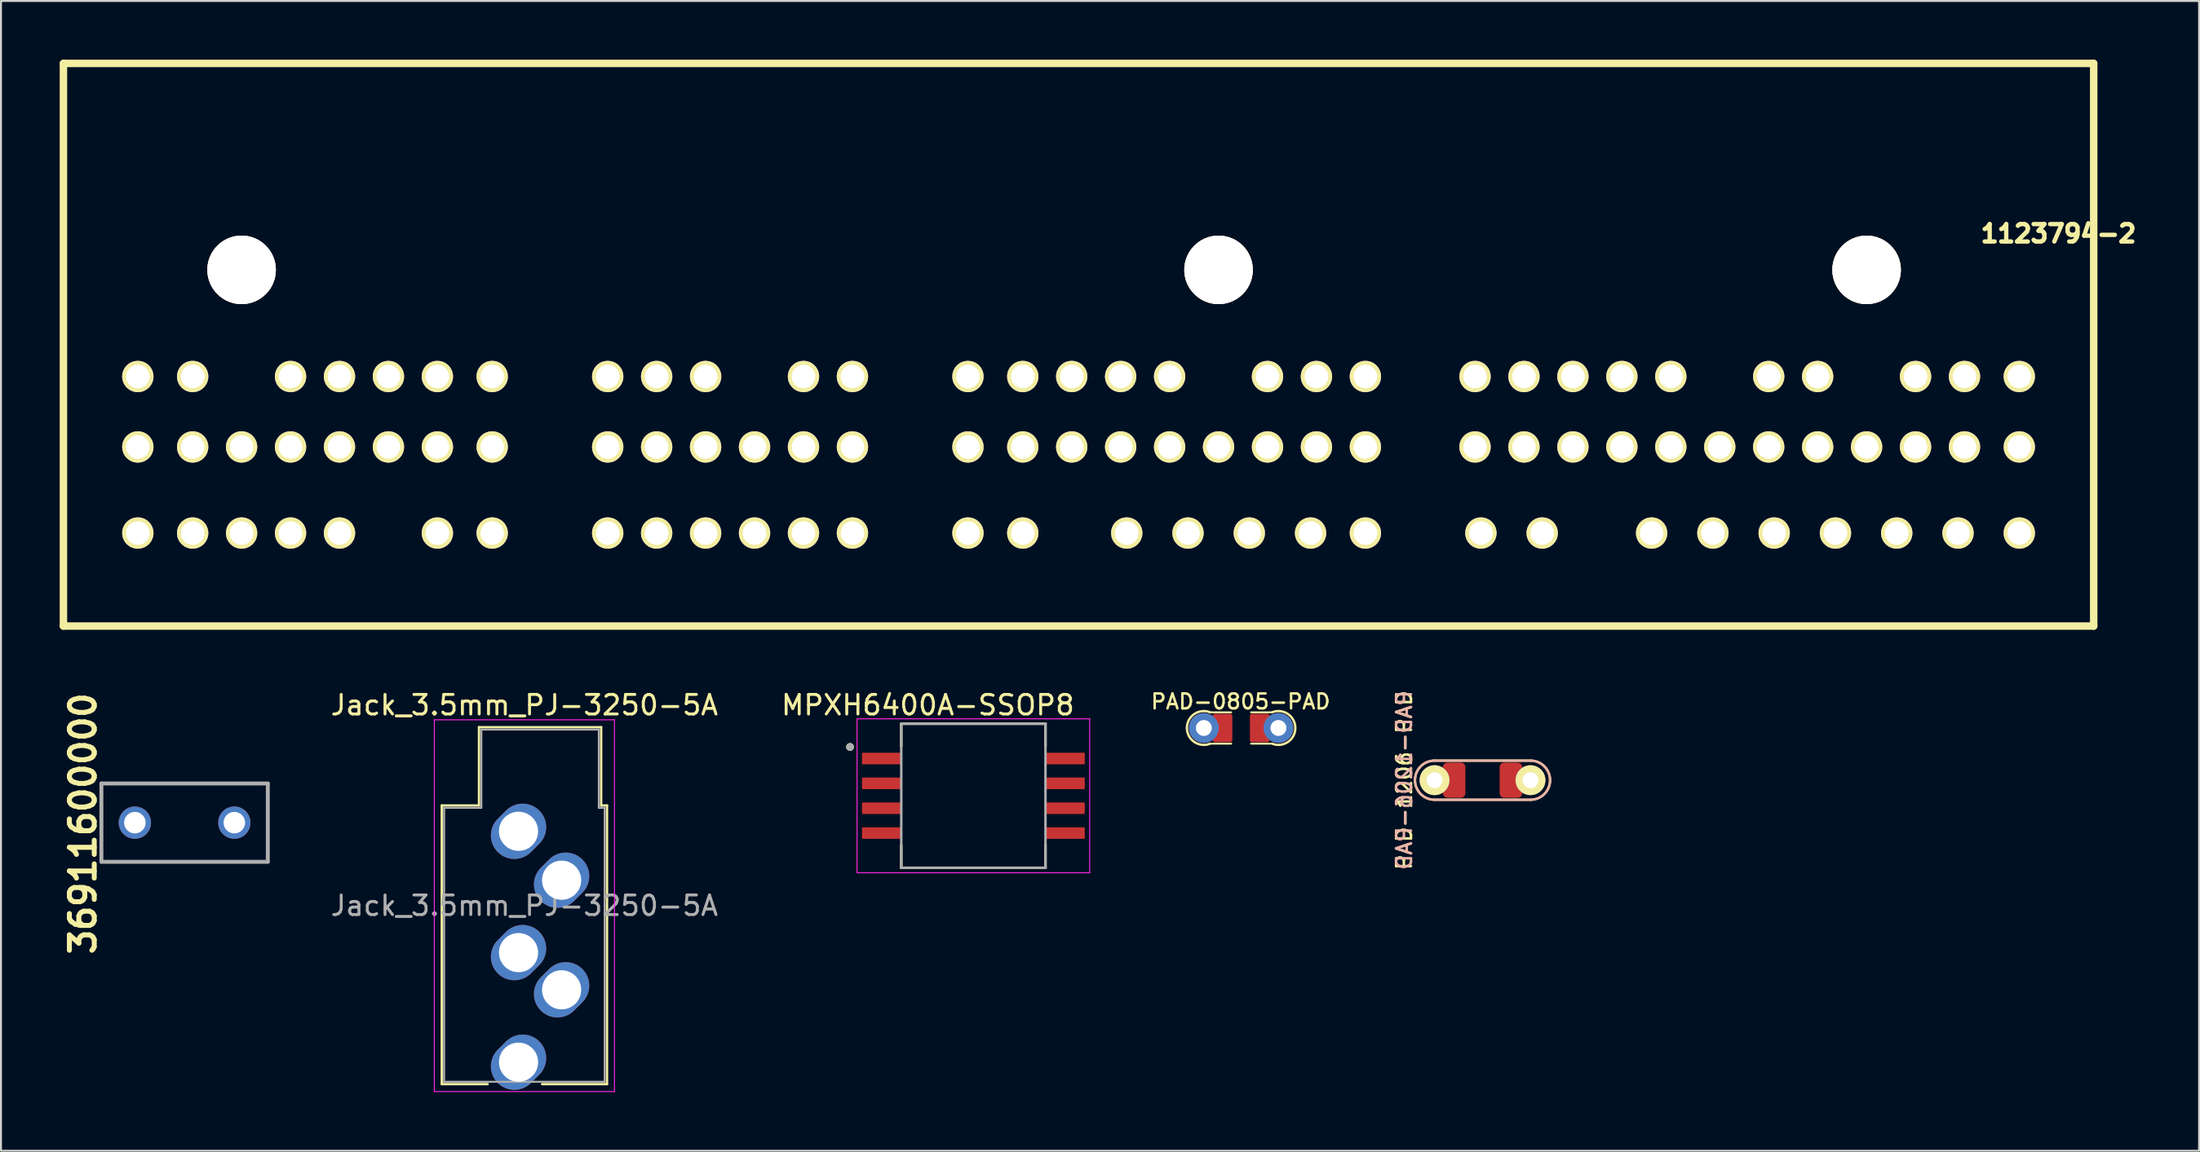
<source format=kicad_pcb>
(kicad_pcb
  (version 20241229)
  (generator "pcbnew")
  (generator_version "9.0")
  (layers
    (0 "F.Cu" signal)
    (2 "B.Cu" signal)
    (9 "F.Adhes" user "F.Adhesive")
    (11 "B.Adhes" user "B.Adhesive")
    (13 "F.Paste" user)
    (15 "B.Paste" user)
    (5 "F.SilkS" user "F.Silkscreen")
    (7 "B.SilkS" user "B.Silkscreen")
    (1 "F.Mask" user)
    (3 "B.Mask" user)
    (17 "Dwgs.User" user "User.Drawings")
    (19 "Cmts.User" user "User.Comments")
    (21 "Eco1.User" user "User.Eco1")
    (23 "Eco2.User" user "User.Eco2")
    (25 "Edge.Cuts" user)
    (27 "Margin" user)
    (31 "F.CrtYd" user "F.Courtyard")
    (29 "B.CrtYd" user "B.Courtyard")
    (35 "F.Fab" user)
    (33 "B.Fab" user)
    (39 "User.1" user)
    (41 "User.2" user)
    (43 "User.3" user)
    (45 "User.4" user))
  (footprint "MPXH6400A-SSOP8"
    (layer "F.Cu")
    (at 46.667 37.618)
    (property "Reference" "MPXH6400A-SSOP8" (at -2.325 -4.635 0) (layer "F.SilkS") (effects (font (size 1 1) (thickness 0.15))))
    (attr through_hole)
    (fp_line (start -3.683 -3.683) (end -3.683 -2.52) (stroke (width 0.127) (type solid)) (layer "F.SilkS"))
    (fp_line (start -3.683 -3.683) (end 3.683 -3.683) (stroke (width 0.127) (type solid)) (layer "F.SilkS"))
    (fp_line (start -3.683 3.683) (end -3.683 2.52) (stroke (width 0.127) (type solid)) (layer "F.SilkS"))
    (fp_line (start -3.683 3.683) (end 3.683 3.683) (stroke (width 0.127) (type solid)) (layer "F.SilkS"))
    (fp_line (start 3.683 -3.683) (end 3.683 -2.52) (stroke (width 0.127) (type solid)) (layer "F.SilkS"))
    (fp_line (start 3.683 3.683) (end 3.683 2.52) (stroke (width 0.127) (type solid)) (layer "F.SilkS"))
    (fp_circle (center -6.3 -2.495) (end -6.2 -2.495) (stroke (width 0.2) (type solid)) (fill no) (layer "F.SilkS"))
    (fp_line (start -5.94 -3.933) (end -5.94 3.933) (stroke (width 0.05) (type solid)) (layer "F.CrtYd"))
    (fp_line (start -5.94 -3.933) (end 5.94 -3.933) (stroke (width 0.05) (type solid)) (layer "F.CrtYd"))
    (fp_line (start -5.94 3.933) (end 5.94 3.933) (stroke (width 0.05) (type solid)) (layer "F.CrtYd"))
    (fp_line (start 5.94 -3.933) (end 5.94 3.933) (stroke (width 0.05) (type solid)) (layer "F.CrtYd"))
    (fp_line (start -3.683 -3.683) (end -3.683 3.683) (stroke (width 0.127) (type solid)) (layer "F.Fab"))
    (fp_line (start -3.683 -3.683) (end 3.683 -3.683) (stroke (width 0.127) (type solid)) (layer "F.Fab"))
    (fp_line (start -3.683 3.683) (end 3.683 3.683) (stroke (width 0.127) (type solid)) (layer "F.Fab"))
    (fp_line (start 3.683 -3.683) (end 3.683 3.683) (stroke (width 0.127) (type solid)) (layer "F.Fab"))
    (fp_circle (center -6.3 -2.495) (end -6.2 -2.495) (stroke (width 0.2) (type solid)) (fill no) (layer "F.Fab"))
    (pad "1" smd roundrect (at -4.68 -1.905) (size 2.02 0.59) (layers "F.Cu" "F.Mask" "F.Paste") (roundrect_rratio 0.07))
    (pad "2" smd roundrect (at -4.68 -0.635) (size 2.02 0.59) (layers "F.Cu" "F.Mask" "F.Paste") (roundrect_rratio 0.07))
    (pad "3" smd roundrect (at -4.68 0.635) (size 2.02 0.59) (layers "F.Cu" "F.Mask" "F.Paste") (roundrect_rratio 0.07))
    (pad "4" smd roundrect (at -4.68 1.905) (size 2.02 0.59) (layers "F.Cu" "F.Mask" "F.Paste") (roundrect_rratio 0.07))
    (pad "5" smd roundrect (at 4.68 1.905) (size 2.02 0.59) (layers "F.Cu" "F.Mask" "F.Paste") (roundrect_rratio 0.07))
    (pad "6" smd roundrect (at 4.68 0.635) (size 2.02 0.59) (layers "F.Cu" "F.Mask" "F.Paste") (roundrect_rratio 0.07))
    (pad "7" smd roundrect (at 4.68 -0.635) (size 2.02 0.59) (layers "F.Cu" "F.Mask" "F.Paste") (roundrect_rratio 0.07))
    (pad "8" smd roundrect (at 4.68 -1.905) (size 2.02 0.59) (layers "F.Cu" "F.Mask" "F.Paste") (roundrect_rratio 0.07)))
  (footprint "Jack_3.5mm_PJ-3250-5A"
    (layer "F.Cu")
    (at 23.735 43.233)
    (property "Reference" "Jack_3.5mm_PJ-3250-5A" (at 0 -10.25 0) (layer "F.SilkS") (effects (font (size 1 1) (thickness 0.15))))
    (attr through_hole)
    (fp_line (start -4.22 -5.12) (end -2.32 -5.12) (stroke (width 0.12) (type solid)) (layer "F.SilkS"))
    (fp_line (start -4.22 9.12) (end -4.22 -5.12) (stroke (width 0.12) (type solid)) (layer "F.SilkS"))
    (fp_line (start -2.32 -9.12) (end 3.92 -9.12) (stroke (width 0.12) (type solid)) (layer "F.SilkS"))
    (fp_line (start -2.32 -5.12) (end -2.32 -9.12) (stroke (width 0.12) (type solid)) (layer "F.SilkS"))
    (fp_line (start -1.878 9.12) (end -4.22 9.12) (stroke (width 0.12) (type solid)) (layer "F.SilkS"))
    (fp_line (start 3.92 -9.12) (end 3.92 -5.12) (stroke (width 0.12) (type solid)) (layer "F.SilkS"))
    (fp_line (start 3.92 -5.12) (end 4.22 -5.12) (stroke (width 0.12) (type solid)) (layer "F.SilkS"))
    (fp_line (start 4.22 -5.12) (end 4.22 9.12) (stroke (width 0.12) (type solid)) (layer "F.SilkS"))
    (fp_line (start 4.22 9.12) (end 0.9 9.12) (stroke (width 0.12) (type solid)) (layer "F.SilkS"))
    (fp_line (start -4.6 -9.5) (end -4.6 9.5) (stroke (width 0.05) (type solid)) (layer "F.CrtYd"))
    (fp_line (start -4.6 9.5) (end 4.6 9.5) (stroke (width 0.05) (type solid)) (layer "F.CrtYd"))
    (fp_line (start 4.6 -9.5) (end -4.6 -9.5) (stroke (width 0.05) (type solid)) (layer "F.CrtYd"))
    (fp_line (start 4.6 9.5) (end 4.6 -9.5) (stroke (width 0.05) (type solid)) (layer "F.CrtYd"))
    (fp_line (start -4.1 -5) (end -2.2 -5) (stroke (width 0.1) (type solid)) (layer "F.Fab"))
    (fp_line (start -4.1 9) (end -4.1 -5) (stroke (width 0.1) (type solid)) (layer "F.Fab"))
    (fp_line (start -2.2 -9) (end 3.8 -9) (stroke (width 0.1) (type solid)) (layer "F.Fab"))
    (fp_line (start -2.2 -5) (end -2.2 -9) (stroke (width 0.1) (type solid)) (layer "F.Fab"))
    (fp_line (start 3.8 -9) (end 3.8 -5) (stroke (width 0.1) (type solid)) (layer "F.Fab"))
    (fp_line (start 3.8 -5) (end 4.1 -5) (stroke (width 0.1) (type solid)) (layer "F.Fab"))
    (fp_line (start 4.1 -5) (end 4.1 9) (stroke (width 0.1) (type solid)) (layer "F.Fab"))
    (fp_line (start 4.1 9) (end -4.1 9) (stroke (width 0.1) (type solid)) (layer "F.Fab"))
    (fp_text user "${REFERENCE}" (at 0 0 0) (layer "F.Fab") (effects (font (size 1 1) (thickness 0.15))))
    (pad "R" thru_hole oval (at 1.9 4.3 45) (size 3 2.4) (drill 2) (layers "*.Cu" "*.Mask"))
    (pad "RN" thru_hole oval (at -0.3 2.4 45) (size 3 2.4) (drill 2) (layers "*.Cu" "*.Mask"))
    (pad "S" thru_hole oval (at -0.3 -3.8 45) (size 3 2.4) (drill 2) (layers "*.Cu" "*.Mask"))
    (pad "T" thru_hole oval (at 1.9 -1.3 45) (size 3 2.4) (drill 2) (layers "*.Cu" "*.Mask"))
    (pad "TN" thru_hole oval (at -0.3 8 45) (size 3 2.4) (drill 2) (layers "*.Cu" "*.Mask")))
  (footprint "1123794-2"
    (layer "F.Cu")
    (at 3.99 16.191)
    (property "Reference" "1123794-2" (at 98.1 -7.3 180) (layer "F.SilkS") (effects (font (size 0.889 0.889) (thickness 0.224))))
    (attr through_hole)
    (fp_line (start -3.8 -16) (end 99.9 -16) (stroke (width 0.381) (type solid)) (layer "F.SilkS"))
    (fp_line (start -3.8 12.753) (end -3.8 -16) (stroke (width 0.381) (type solid)) (layer "F.SilkS"))
    (fp_line (start -3.8 12.753) (end 99.9 12.753) (stroke (width 0.381) (type solid)) (layer "F.SilkS"))
    (fp_line (start 99.9 12.753) (end 99.9 -16) (stroke (width 0.381) (type solid)) (layer "F.SilkS"))
    (pad "" thru_hole circle (at 5.3 -5.45) (size 3.5 3.5) (drill 3.5) (layers "*.Cu" "*.Mask" "F.SilkS"))
    (pad "" thru_hole circle (at 55.2 -5.45) (size 3.5 3.5) (drill 3.5) (layers "*.Cu" "*.Mask" "F.SilkS"))
    (pad "" thru_hole circle (at 88.3 -5.45) (size 3.5 3.5) (drill 3.5) (layers "*.Cu" "*.Mask" "F.SilkS"))
    (pad "1" thru_hole circle (at 0 0) (size 1.6 1.6) (drill 1.2) (layers "*.Cu" "*.Mask" "F.SilkS"))
    (pad "2" thru_hole circle (at 2.8 0) (size 1.6 1.6) (drill 1.2) (layers "*.Cu" "*.Mask" "F.SilkS"))
    (pad "3" thru_hole circle (at 7.8 0) (size 1.6 1.6) (drill 1.2) (layers "*.Cu" "*.Mask" "F.SilkS"))
    (pad "4" thru_hole circle (at 10.3 0) (size 1.6 1.6) (drill 1.2) (layers "*.Cu" "*.Mask" "F.SilkS"))
    (pad "5" thru_hole circle (at 12.8 0) (size 1.6 1.6) (drill 1.2) (layers "*.Cu" "*.Mask" "F.SilkS"))
    (pad "6" thru_hole circle (at 15.3 0) (size 1.6 1.6) (drill 1.2) (layers "*.Cu" "*.Mask" "F.SilkS"))
    (pad "7" thru_hole circle (at 18.1 0) (size 1.6 1.6) (drill 1.2) (layers "*.Cu" "*.Mask" "F.SilkS"))
    (pad "8" thru_hole circle (at 24 0) (size 1.6 1.6) (drill 1.2) (layers "*.Cu" "*.Mask" "F.SilkS"))
    (pad "9" thru_hole circle (at 26.5 0) (size 1.6 1.6) (drill 1.2) (layers "*.Cu" "*.Mask" "F.SilkS"))
    (pad "10" thru_hole circle (at 29 0) (size 1.6 1.6) (drill 1.2) (layers "*.Cu" "*.Mask" "F.SilkS"))
    (pad "11" thru_hole circle (at 34 0) (size 1.6 1.6) (drill 1.2) (layers "*.Cu" "*.Mask" "F.SilkS"))
    (pad "12" thru_hole circle (at 36.5 0) (size 1.6 1.6) (drill 1.2) (layers "*.Cu" "*.Mask" "F.SilkS"))
    (pad "13" thru_hole circle (at 42.4 0) (size 1.6 1.6) (drill 1.2) (layers "*.Cu" "*.Mask" "F.SilkS"))
    (pad "14" thru_hole circle (at 45.2 0) (size 1.6 1.6) (drill 1.2) (layers "*.Cu" "*.Mask" "F.SilkS"))
    (pad "15" thru_hole circle (at 47.7 0) (size 1.6 1.6) (drill 1.2) (layers "*.Cu" "*.Mask" "F.SilkS"))
    (pad "16" thru_hole circle (at 50.2 0) (size 1.6 1.6) (drill 1.2) (layers "*.Cu" "*.Mask" "F.SilkS"))
    (pad "17" thru_hole circle (at 52.7 0) (size 1.6 1.6) (drill 1.2) (layers "*.Cu" "*.Mask" "F.SilkS"))
    (pad "18" thru_hole circle (at 57.7 0) (size 1.6 1.6) (drill 1.2) (layers "*.Cu" "*.Mask" "F.SilkS"))
    (pad "19" thru_hole circle (at 60.2 0) (size 1.6 1.6) (drill 1.2) (layers "*.Cu" "*.Mask" "F.SilkS"))
    (pad "20" thru_hole circle (at 62.7 0) (size 1.6 1.6) (drill 1.2) (layers "*.Cu" "*.Mask" "F.SilkS"))
    (pad "21" thru_hole circle (at 68.3 0) (size 1.6 1.6) (drill 1.2) (layers "*.Cu" "*.Mask" "F.SilkS"))
    (pad "22" thru_hole circle (at 70.8 0) (size 1.6 1.6) (drill 1.2) (layers "*.Cu" "*.Mask" "F.SilkS"))
    (pad "23" thru_hole circle (at 73.3 0) (size 1.6 1.6) (drill 1.2) (layers "*.Cu" "*.Mask" "F.SilkS"))
    (pad "24" thru_hole circle (at 75.8 0) (size 1.6 1.6) (drill 1.2) (layers "*.Cu" "*.Mask" "F.SilkS"))
    (pad "25" thru_hole circle (at 78.3 0) (size 1.6 1.6) (drill 1.2) (layers "*.Cu" "*.Mask" "F.SilkS"))
    (pad "26" thru_hole circle (at 83.3 0) (size 1.6 1.6) (drill 1.2) (layers "*.Cu" "*.Mask" "F.SilkS"))
    (pad "27" thru_hole circle (at 85.8 0) (size 1.6 1.6) (drill 1.2) (layers "*.Cu" "*.Mask" "F.SilkS"))
    (pad "28" thru_hole circle (at 90.8 0) (size 1.6 1.6) (drill 1.2) (layers "*.Cu" "*.Mask" "F.SilkS"))
    (pad "29" thru_hole circle (at 93.3 0) (size 1.6 1.6) (drill 1.2) (layers "*.Cu" "*.Mask" "F.SilkS"))
    (pad "30" thru_hole circle (at 96.1 0) (size 1.6 1.6) (drill 1.2) (layers "*.Cu" "*.Mask" "F.SilkS"))
    (pad "31" thru_hole circle (at 0 3.6) (size 1.6 1.6) (drill 1.2) (layers "*.Cu" "*.Mask" "F.SilkS"))
    (pad "32" thru_hole circle (at 2.8 3.6) (size 1.6 1.6) (drill 1.2) (layers "*.Cu" "*.Mask" "F.SilkS"))
    (pad "33" thru_hole circle (at 5.3 3.6) (size 1.6 1.6) (drill 1.2) (layers "*.Cu" "*.Mask" "F.SilkS"))
    (pad "34" thru_hole circle (at 7.8 3.6) (size 1.6 1.6) (drill 1.2) (layers "*.Cu" "*.Mask" "F.SilkS"))
    (pad "35" thru_hole circle (at 10.3 3.6) (size 1.6 1.6) (drill 1.2) (layers "*.Cu" "*.Mask" "F.SilkS"))
    (pad "36" thru_hole circle (at 12.8 3.6) (size 1.6 1.6) (drill 1.2) (layers "*.Cu" "*.Mask" "F.SilkS"))
    (pad "37" thru_hole circle (at 15.3 3.6) (size 1.6 1.6) (drill 1.2) (layers "*.Cu" "*.Mask" "F.SilkS"))
    (pad "38" thru_hole circle (at 18.1 3.6) (size 1.6 1.6) (drill 1.2) (layers "*.Cu" "*.Mask" "F.SilkS"))
    (pad "39" thru_hole circle (at 24 3.6) (size 1.6 1.6) (drill 1.2) (layers "*.Cu" "*.Mask" "F.SilkS"))
    (pad "40" thru_hole circle (at 26.5 3.6) (size 1.6 1.6) (drill 1.2) (layers "*.Cu" "*.Mask" "F.SilkS"))
    (pad "41" thru_hole circle (at 29 3.6) (size 1.6 1.6) (drill 1.2) (layers "*.Cu" "*.Mask" "F.SilkS"))
    (pad "42" thru_hole circle (at 31.5 3.6) (size 1.6 1.6) (drill 1.2) (layers "*.Cu" "*.Mask" "F.SilkS"))
    (pad "43" thru_hole circle (at 34 3.6) (size 1.6 1.6) (drill 1.2) (layers "*.Cu" "*.Mask" "F.SilkS"))
    (pad "44" thru_hole circle (at 36.5 3.6) (size 1.6 1.6) (drill 1.2) (layers "*.Cu" "*.Mask" "F.SilkS"))
    (pad "45" thru_hole circle (at 42.4 3.6) (size 1.6 1.6) (drill 1.2) (layers "*.Cu" "*.Mask" "F.SilkS"))
    (pad "46" thru_hole circle (at 45.2 3.6) (size 1.6 1.6) (drill 1.2) (layers "*.Cu" "*.Mask" "F.SilkS"))
    (pad "47" thru_hole circle (at 47.7 3.6) (size 1.6 1.6) (drill 1.2) (layers "*.Cu" "*.Mask" "F.SilkS"))
    (pad "48" thru_hole circle (at 50.2 3.6) (size 1.6 1.6) (drill 1.2) (layers "*.Cu" "*.Mask" "F.SilkS"))
    (pad "49" thru_hole circle (at 52.7 3.6) (size 1.6 1.6) (drill 1.2) (layers "*.Cu" "*.Mask" "F.SilkS"))
    (pad "50" thru_hole circle (at 55.2 3.6) (size 1.6 1.6) (drill 1.2) (layers "*.Cu" "*.Mask" "F.SilkS"))
    (pad "51" thru_hole circle (at 57.7 3.6) (size 1.6 1.6) (drill 1.2) (layers "*.Cu" "*.Mask" "F.SilkS"))
    (pad "52" thru_hole circle (at 60.2 3.6) (size 1.6 1.6) (drill 1.2) (layers "*.Cu" "*.Mask" "F.SilkS"))
    (pad "53" thru_hole circle (at 62.7 3.6) (size 1.6 1.6) (drill 1.2) (layers "*.Cu" "*.Mask" "F.SilkS"))
    (pad "54" thru_hole circle (at 68.3 3.6) (size 1.6 1.6) (drill 1.2) (layers "*.Cu" "*.Mask" "F.SilkS"))
    (pad "55" thru_hole circle (at 70.8 3.6) (size 1.6 1.6) (drill 1.2) (layers "*.Cu" "*.Mask" "F.SilkS"))
    (pad "56" thru_hole circle (at 73.3 3.6) (size 1.6 1.6) (drill 1.2) (layers "*.Cu" "*.Mask" "F.SilkS"))
    (pad "57" thru_hole circle (at 75.8 3.6) (size 1.6 1.6) (drill 1.2) (layers "*.Cu" "*.Mask" "F.SilkS"))
    (pad "58" thru_hole circle (at 78.3 3.6) (size 1.6 1.6) (drill 1.2) (layers "*.Cu" "*.Mask" "F.SilkS"))
    (pad "59" thru_hole circle (at 80.8 3.6) (size 1.6 1.6) (drill 1.2) (layers "*.Cu" "*.Mask" "F.SilkS"))
    (pad "60" thru_hole circle (at 83.3 3.6) (size 1.6 1.6) (drill 1.2) (layers "*.Cu" "*.Mask" "F.SilkS"))
    (pad "61" thru_hole circle (at 85.8 3.6) (size 1.6 1.6) (drill 1.2) (layers "*.Cu" "*.Mask" "F.SilkS"))
    (pad "62" thru_hole circle (at 88.3 3.6) (size 1.6 1.6) (drill 1.2) (layers "*.Cu" "*.Mask" "F.SilkS"))
    (pad "63" thru_hole circle (at 90.8 3.6) (size 1.6 1.6) (drill 1.2) (layers "*.Cu" "*.Mask" "F.SilkS"))
    (pad "64" thru_hole circle (at 93.3 3.6) (size 1.6 1.6) (drill 1.2) (layers "*.Cu" "*.Mask" "F.SilkS"))
    (pad "65" thru_hole circle (at 96.1 3.6) (size 1.6 1.6) (drill 1.2) (layers "*.Cu" "*.Mask" "F.SilkS"))
    (pad "66" thru_hole circle (at 0 8) (size 1.6 1.6) (drill 1.2) (layers "*.Cu" "*.Mask" "F.SilkS"))
    (pad "67" thru_hole circle (at 2.8 8) (size 1.6 1.6) (drill 1.2) (layers "*.Cu" "*.Mask" "F.SilkS"))
    (pad "68" thru_hole circle (at 5.3 8) (size 1.6 1.6) (drill 1.2) (layers "*.Cu" "*.Mask" "F.SilkS"))
    (pad "69" thru_hole circle (at 7.8 8) (size 1.6 1.6) (drill 1.2) (layers "*.Cu" "*.Mask" "F.SilkS"))
    (pad "70" thru_hole circle (at 10.3 8) (size 1.6 1.6) (drill 1.2) (layers "*.Cu" "*.Mask" "F.SilkS"))
    (pad "71" thru_hole circle (at 15.3 8) (size 1.6 1.6) (drill 1.2) (layers "*.Cu" "*.Mask" "F.SilkS"))
    (pad "72" thru_hole circle (at 18.1 8) (size 1.6 1.6) (drill 1.2) (layers "*.Cu" "*.Mask" "F.SilkS"))
    (pad "73" thru_hole circle (at 24 8) (size 1.6 1.6) (drill 1.2) (layers "*.Cu" "*.Mask" "F.SilkS"))
    (pad "74" thru_hole circle (at 26.5 8) (size 1.6 1.6) (drill 1.2) (layers "*.Cu" "*.Mask" "F.SilkS"))
    (pad "75" thru_hole circle (at 29 8) (size 1.6 1.6) (drill 1.2) (layers "*.Cu" "*.Mask" "F.SilkS"))
    (pad "76" thru_hole circle (at 31.5 8) (size 1.6 1.6) (drill 1.2) (layers "*.Cu" "*.Mask" "F.SilkS"))
    (pad "77" thru_hole circle (at 34 8) (size 1.6 1.6) (drill 1.2) (layers "*.Cu" "*.Mask" "F.SilkS"))
    (pad "78" thru_hole circle (at 36.5 8) (size 1.6 1.6) (drill 1.2) (layers "*.Cu" "*.Mask" "F.SilkS"))
    (pad "79" thru_hole circle (at 42.4 8) (size 1.6 1.6) (drill 1.2) (layers "*.Cu" "*.Mask" "F.SilkS"))
    (pad "80" thru_hole circle (at 45.2 8) (size 1.6 1.6) (drill 1.2) (layers "*.Cu" "*.Mask" "F.SilkS"))
    (pad "81" thru_hole circle (at 50.51 8) (size 1.6 1.6) (drill 1.2) (layers "*.Cu" "*.Mask" "F.SilkS"))
    (pad "82" thru_hole circle (at 53.64 8) (size 1.6 1.6) (drill 1.2) (layers "*.Cu" "*.Mask" "F.SilkS"))
    (pad "83" thru_hole circle (at 56.77 8) (size 1.6 1.6) (drill 1.2) (layers "*.Cu" "*.Mask" "F.SilkS"))
    (pad "84" thru_hole circle (at 59.9 8) (size 1.6 1.6) (drill 1.2) (layers "*.Cu" "*.Mask" "F.SilkS"))
    (pad "85" thru_hole circle (at 62.7 8) (size 1.6 1.6) (drill 1.2) (layers "*.Cu" "*.Mask" "F.SilkS"))
    (pad "86" thru_hole circle (at 68.6 8) (size 1.6 1.6) (drill 1.2) (layers "*.Cu" "*.Mask" "F.SilkS"))
    (pad "87" thru_hole circle (at 71.73 8) (size 1.6 1.6) (drill 1.2) (layers "*.Cu" "*.Mask" "F.SilkS"))
    (pad "88" thru_hole circle (at 77.32 8) (size 1.6 1.6) (drill 1.2) (layers "*.Cu" "*.Mask" "F.SilkS"))
    (pad "89" thru_hole circle (at 80.45 8) (size 1.6 1.6) (drill 1.2) (layers "*.Cu" "*.Mask" "F.SilkS"))
    (pad "90" thru_hole circle (at 83.58 8) (size 1.6 1.6) (drill 1.2) (layers "*.Cu" "*.Mask" "F.SilkS"))
    (pad "91" thru_hole circle (at 86.71 8) (size 1.6 1.6) (drill 1.2) (layers "*.Cu" "*.Mask" "F.SilkS"))
    (pad "92" thru_hole circle (at 89.84 8) (size 1.6 1.6) (drill 1.2) (layers "*.Cu" "*.Mask" "F.SilkS"))
    (pad "93" thru_hole circle (at 92.97 8) (size 1.6 1.6) (drill 1.2) (layers "*.Cu" "*.Mask" "F.SilkS"))
    (pad "94" thru_hole circle (at 96.1 8) (size 1.6 1.6) (drill 1.2) (layers "*.Cu" "*.Mask" "F.SilkS")))
  (footprint "36911600000"
    (layer "F.Cu")
    (at 6.379 38.991)
    (property "Reference" "36911600000" (at -5.19 0.05 90) (layer "F.SilkS") (effects (font (size 1.27 1.27) (thickness 0.254))))
    (fp_line (start -4.25 -2) (end 4.25 -2) (stroke (width 0.1) (type solid)) (layer "F.SilkS"))
    (fp_line (start -4.25 2) (end -4.25 -2) (stroke (width 0.1) (type solid)) (layer "F.SilkS"))
    (fp_line (start 4.25 -2) (end 4.25 2) (stroke (width 0.1) (type solid)) (layer "F.SilkS"))
    (fp_line (start 4.25 2) (end -4.25 2) (stroke (width 0.1) (type solid)) (layer "F.SilkS"))
    (fp_line (start -4.25 -2) (end 4.25 -2) (stroke (width 0.2) (type solid)) (layer "F.Fab"))
    (fp_line (start -4.25 2) (end -4.25 -2) (stroke (width 0.2) (type solid)) (layer "F.Fab"))
    (fp_line (start 4.25 -2) (end 4.25 2) (stroke (width 0.2) (type solid)) (layer "F.Fab"))
    (fp_line (start 4.25 2) (end -4.25 2) (stroke (width 0.2) (type solid)) (layer "F.Fab"))
    (pad "1" thru_hole circle (at -2.54 0) (size 1.65 1.65) (drill 1.1) (layers "*.Cu" "*.Mask"))
    (pad "2" thru_hole circle (at 2.54 0) (size 1.65 1.65) (drill 1.1) (layers "*.Cu" "*.Mask")))
  (footprint "PAD-1206-PAD"
    (placed yes)
    (layer "F.Cu")
    (at 72.673 36.821)
    (property "Reference" "PAD-1206-PAD" (at -4 0 90) (layer "F.SilkS") (effects (font (size 0.762 0.762) (thickness 0.127))))
    (attr smd)
    (fp_line (start -2.4 -1) (end 2.45 -1) (stroke (width 0.12) (type solid)) (layer "F.SilkS"))
    (fp_line (start -2.4 1) (end 2.45 1) (stroke (width 0.12) (type solid)) (layer "F.SilkS"))
    (fp_arc (start -2.45 1) (mid -3.45 0) (end -2.45 -1) (stroke (width 0.12) (type solid)) (layer "F.SilkS"))
    (fp_arc (start 2.45 -1) (mid 3.45 0) (end 2.45 1) (stroke (width 0.12) (type solid)) (layer "F.SilkS"))
    (fp_line (start 2.4 -1) (end -2.45 -1) (stroke (width 0.12) (type solid)) (layer "B.SilkS"))
    (fp_line (start 2.4 1) (end -2.45 1) (stroke (width 0.12) (type solid)) (layer "B.SilkS"))
    (fp_arc (start -2.45 1) (mid -3.45 0) (end -2.45 -1) (stroke (width 0.12) (type solid)) (layer "B.SilkS"))
    (fp_arc (start 2.45 -1) (mid 3.45 0) (end 2.45 1) (stroke (width 0.12) (type solid)) (layer "B.SilkS"))
    (fp_text user "${REFERENCE}" (at -4 0 90) (layer "B.SilkS") (effects (font (size 0.762 0.762) (thickness 0.127)) (justify mirror)))
    (pad "1" thru_hole circle (at -2.45 0) (size 1.524 1.524) (drill 0.813) (layers "*.Cu" "*.Mask" "F.SilkS"))
    (pad "1" smd roundrect (at -1.45 0 90) (size 1.8 1.15) (layers "F.Cu" "F.Mask") (roundrect_rratio 0.2))
    (pad "2" smd roundrect (at 1.45 0 90) (size 1.8 1.15) (layers "F.Cu" "F.Mask") (roundrect_rratio 0.2))
    (pad "2" thru_hole circle (at 2.45 0) (size 1.524 1.524) (drill 0.813) (layers "*.Cu" "*.Mask" "F.SilkS")))
  (footprint "PAD-0805-PAD"
    (placed yes)
    (layer "F.Cu")
    (at 60.343 34.153)
    (property "Reference" "PAD-0805-PAD" (at -0.025 -1.35 180) (layer "F.SilkS") (effects (font (size 0.762 0.762) (thickness 0.127))))
    (attr smd)
    (fp_line (start -1.524 -0.8) (end -0.508 -0.8) (stroke (width 0.099) (type solid)) (layer "F.SilkS"))
    (fp_line (start -0.508 0.8) (end -1.524 0.8) (stroke (width 0.099) (type solid)) (layer "F.SilkS"))
    (fp_line (start 0.508 -0.8) (end 1.524 -0.8) (stroke (width 0.099) (type solid)) (layer "F.SilkS"))
    (fp_line (start 1.524 0.8) (end 0.508 0.8) (stroke (width 0.099) (type solid)) (layer "F.SilkS"))
    (fp_arc (start -1.583602 0.803495) (mid -2.770378 -0.004642) (end -1.575 -0.8) (stroke (width 0.12) (type solid)) (layer "F.SilkS"))
    (fp_arc (start 1.575 -0.8) (mid 2.770387 -0.002161) (end 1.579 0.801638) (stroke (width 0.12) (type solid)) (layer "F.SilkS"))
    (pad "1" thru_hole circle (at -1.905 0) (size 1.524 1.524) (drill 0.813) (layers "*.Cu" "*.Mask"))
    (pad "1" smd roundrect (at -0.95 0) (size 1 1.45) (layers "F.Cu" "F.Mask" "F.Paste") (roundrect_rratio 0.1))
    (pad "2" smd roundrect (at 0.95 0) (size 1 1.45) (layers "F.Cu" "F.Mask" "F.Paste") (roundrect_rratio 0.1))
    (pad "2" thru_hole circle (at 1.905 0) (size 1.524 1.524) (drill 0.813) (layers "*.Cu" "*.Mask")))
  (gr_rect
    (start -3 -3)
    (end 109.272 55.758)
    (stroke (width 0.1) (type default))
    (fill no)
    (layer "Edge.Cuts")))
</source>
